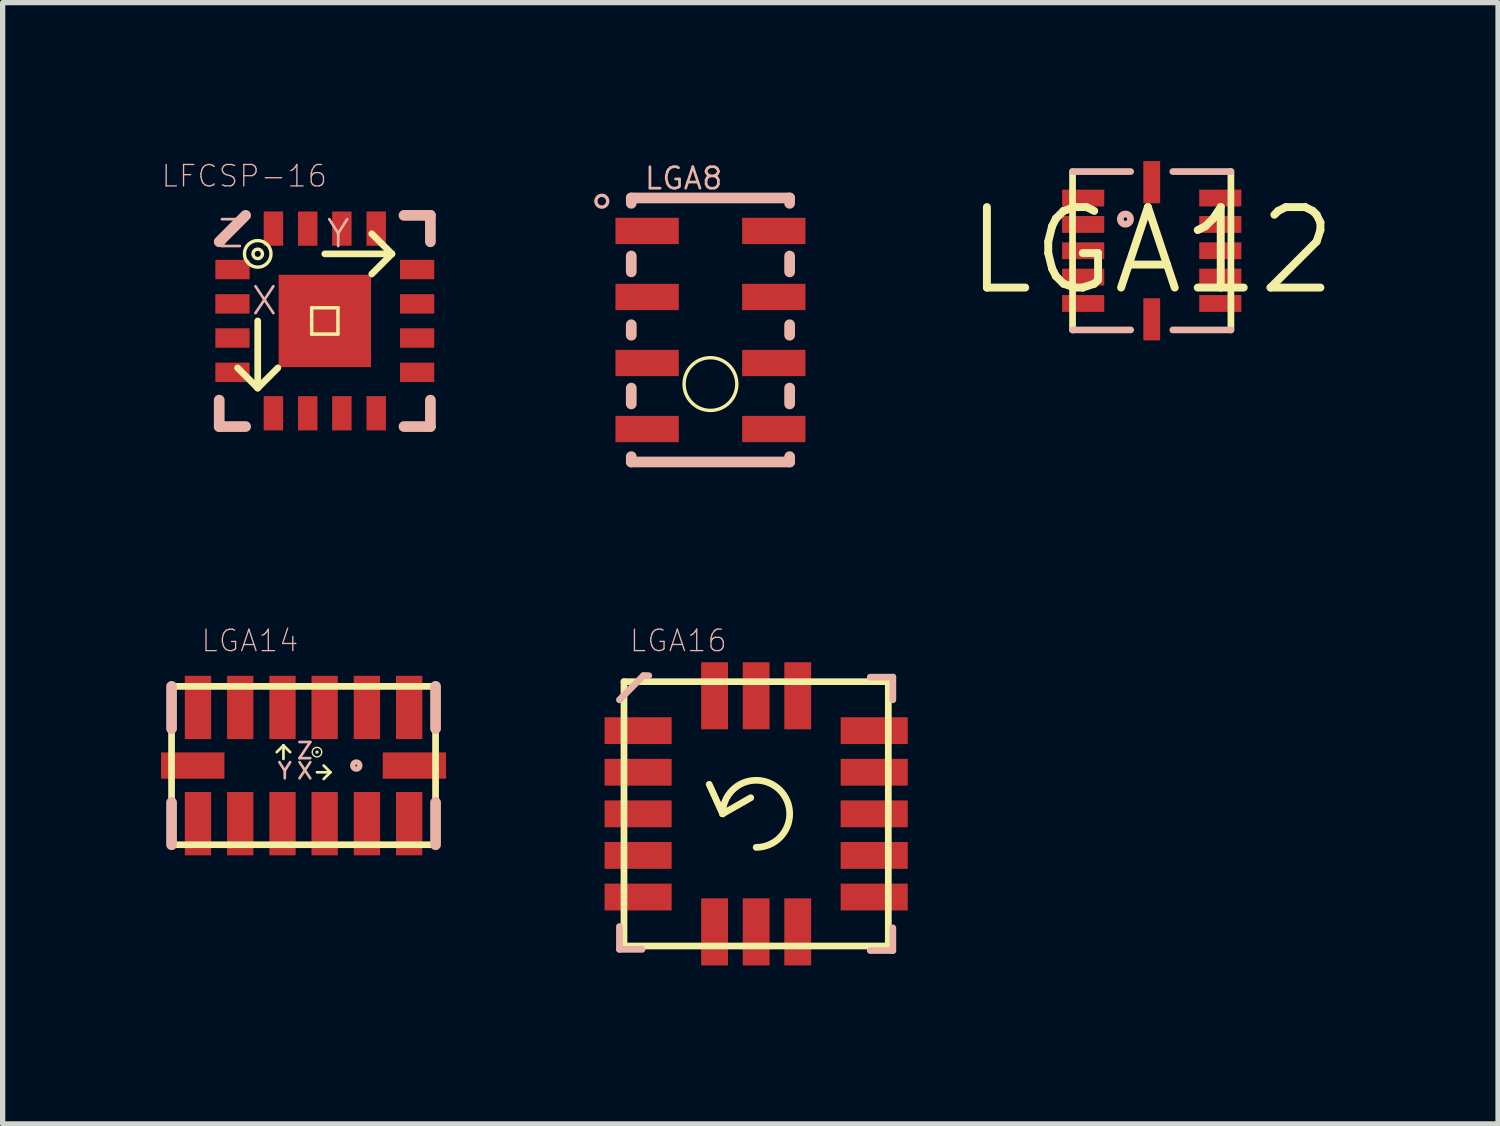
<source format=kicad_pcb>
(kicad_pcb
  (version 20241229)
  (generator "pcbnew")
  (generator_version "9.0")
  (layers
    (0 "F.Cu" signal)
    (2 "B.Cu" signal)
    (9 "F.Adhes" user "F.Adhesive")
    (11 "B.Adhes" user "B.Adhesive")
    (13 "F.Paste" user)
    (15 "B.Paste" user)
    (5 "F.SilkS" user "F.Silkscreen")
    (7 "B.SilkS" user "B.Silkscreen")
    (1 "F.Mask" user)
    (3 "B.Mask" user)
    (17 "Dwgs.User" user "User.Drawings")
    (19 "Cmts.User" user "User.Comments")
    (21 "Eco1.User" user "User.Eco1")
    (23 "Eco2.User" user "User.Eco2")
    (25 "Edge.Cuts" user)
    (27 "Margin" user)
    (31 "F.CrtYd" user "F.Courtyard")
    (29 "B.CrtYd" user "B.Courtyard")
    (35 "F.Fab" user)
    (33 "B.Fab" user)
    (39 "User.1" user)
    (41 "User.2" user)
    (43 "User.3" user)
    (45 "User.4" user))
  (footprint "LGA8"
    (layer "F.Cu")
    (at 10.4 3.197)
    (property "Reference" "LGA8" (at -0.508 -2.87 0) (layer "B.SilkS") (effects (font (size 0.406 0.406) (thickness 0.051))))
    (attr smd)
    (fp_circle (center 0 1.024) (end -0.353 1.377) (stroke (width 0.064) (type solid)) (fill no) (layer "F.SilkS"))
    (fp_line (start -1.499 -2.499) (end -1.499 -2.398) (stroke (width 0.203) (type solid)) (layer "B.SilkS"))
    (fp_line (start -1.499 -1.1) (end -1.499 -1.4) (stroke (width 0.203) (type solid)) (layer "B.SilkS"))
    (fp_line (start -1.499 0.099) (end -1.499 -0.099) (stroke (width 0.203) (type solid)) (layer "B.SilkS"))
    (fp_line (start -1.499 1.4) (end -1.499 1.1) (stroke (width 0.203) (type solid)) (layer "B.SilkS"))
    (fp_line (start -1.499 2.398) (end -1.499 2.499) (stroke (width 0.203) (type solid)) (layer "B.SilkS"))
    (fp_line (start -1.499 2.499) (end 1.499 2.499) (stroke (width 0.203) (type solid)) (layer "B.SilkS"))
    (fp_line (start 1.499 -2.499) (end -1.499 -2.499) (stroke (width 0.203) (type solid)) (layer "B.SilkS"))
    (fp_line (start 1.499 -2.499) (end 1.499 -2.398) (stroke (width 0.203) (type solid)) (layer "B.SilkS"))
    (fp_line (start 1.499 -1.1) (end 1.499 -1.4) (stroke (width 0.203) (type solid)) (layer "B.SilkS"))
    (fp_line (start 1.499 0.099) (end 1.499 -0.099) (stroke (width 0.203) (type solid)) (layer "B.SilkS"))
    (fp_line (start 1.499 1.4) (end 1.499 1.1) (stroke (width 0.203) (type solid)) (layer "B.SilkS"))
    (fp_line (start 1.499 2.398) (end 1.499 2.499) (stroke (width 0.203) (type solid)) (layer "B.SilkS"))
    (fp_circle (center -2.057 -2.438) (end -2.136 -2.517) (stroke (width 0.064) (type solid)) (fill no) (layer "B.SilkS"))
    (pad "1" smd rect (at -1.199 -1.875) (size 1.199 0.498) (layers "F.Cu" "F.Mask" "F.Paste"))
    (pad "2" smd rect (at -1.199 -0.625) (size 1.199 0.498) (layers "F.Cu" "F.Mask" "F.Paste"))
    (pad "3" smd rect (at -1.199 0.625) (size 1.199 0.498) (layers "F.Cu" "F.Mask" "F.Paste"))
    (pad "4" smd rect (at -1.199 1.875) (size 1.199 0.498) (layers "F.Cu" "F.Mask" "F.Paste"))
    (pad "5" smd rect (at 1.199 1.875) (size 1.199 0.498) (layers "F.Cu" "F.Mask" "F.Paste"))
    (pad "6" smd rect (at 1.199 0.625) (size 1.199 0.498) (layers "F.Cu" "F.Mask" "F.Paste"))
    (pad "7" smd rect (at 1.199 -0.625) (size 1.199 0.498) (layers "F.Cu" "F.Mask" "F.Paste"))
    (pad "8" smd rect (at 1.199 -1.875) (size 1.199 0.498) (layers "F.Cu" "F.Mask" "F.Paste")))
  (footprint "LFCSP-16"
    (layer "F.Cu")
    (at 3.099 3.026)
    (property "Reference" "LFCSP-16" (at -1.524 -2.743 0) (layer "B.SilkS") (effects (font (size 0.406 0.406) (thickness 0.025))))
    (attr smd)
    (fp_line (start -1.27 0) (end -1.27 1.27) (stroke (width 0.127) (type solid)) (layer "F.SilkS"))
    (fp_line (start -1.27 1.27) (end -1.651 0.889) (stroke (width 0.127) (type solid)) (layer "F.SilkS"))
    (fp_line (start -1.27 1.27) (end -0.889 0.889) (stroke (width 0.127) (type solid)) (layer "F.SilkS"))
    (fp_line (start -0.249 -0.249) (end 0.249 -0.249) (stroke (width 0.066) (type solid)) (layer "F.SilkS"))
    (fp_line (start -0.249 0.249) (end -0.249 -0.249) (stroke (width 0.066) (type solid)) (layer "F.SilkS"))
    (fp_line (start -0.249 0.249) (end 0.249 0.249) (stroke (width 0.066) (type solid)) (layer "F.SilkS"))
    (fp_line (start 0 -1.27) (end 1.27 -1.27) (stroke (width 0.127) (type solid)) (layer "F.SilkS"))
    (fp_line (start 0.249 0.249) (end 0.249 -0.249) (stroke (width 0.066) (type solid)) (layer "F.SilkS"))
    (fp_line (start 1.27 -1.27) (end 0.889 -1.651) (stroke (width 0.127) (type solid)) (layer "F.SilkS"))
    (fp_line (start 1.27 -1.27) (end 0.889 -0.889) (stroke (width 0.127) (type solid)) (layer "F.SilkS"))
    (fp_circle (center -1.27 -1.27) (end -1.448 -1.448) (stroke (width 0.064) (type solid)) (fill no) (layer "F.SilkS"))
    (fp_circle (center -1.27 -1.27) (end -1.333 -1.333) (stroke (width 0.064) (type solid)) (fill no) (layer "F.SilkS"))
    (fp_line (start -1.999 1.999) (end -1.999 1.499) (stroke (width 0.203) (type solid)) (layer "B.SilkS"))
    (fp_line (start -1.499 -1.999) (end -1.999 -1.499) (stroke (width 0.203) (type solid)) (layer "B.SilkS"))
    (fp_line (start -1.499 1.999) (end -1.999 1.999) (stroke (width 0.203) (type solid)) (layer "B.SilkS"))
    (fp_line (start 1.499 -1.999) (end 1.999 -1.999) (stroke (width 0.203) (type solid)) (layer "B.SilkS"))
    (fp_line (start 1.999 -1.999) (end 1.999 -1.499) (stroke (width 0.203) (type solid)) (layer "B.SilkS"))
    (fp_line (start 1.999 1.499) (end 1.999 1.999) (stroke (width 0.203) (type solid)) (layer "B.SilkS"))
    (fp_line (start 1.999 1.999) (end 1.499 1.999) (stroke (width 0.203) (type solid)) (layer "B.SilkS"))
    (fp_text user "X" (at -1.143 -0.381 0) (layer "B.SilkS") (effects (font (size 0.508 0.508) (thickness 0.051))))
    (fp_text user "Z" (at -1.778 -1.651 0) (layer "B.SilkS") (effects (font (size 0.508 0.508) (thickness 0.051))))
    (fp_text user "Y" (at 0.254 -1.651 0) (layer "B.SilkS") (effects (font (size 0.508 0.508) (thickness 0.051))))
    (pad "0" smd rect (at 0 0 180) (size 1.748 1.748) (layers "F.Cu" "F.Mask" "F.Paste"))
    (pad "1" smd rect (at -1.748 -0.973 270) (size 0.368 0.648) (layers "F.Cu" "F.Mask" "F.Paste"))
    (pad "2" smd rect (at -1.748 -0.323 270) (size 0.368 0.648) (layers "F.Cu" "F.Mask" "F.Paste"))
    (pad "3" smd rect (at -1.748 0.323 270) (size 0.368 0.648) (layers "F.Cu" "F.Mask" "F.Paste"))
    (pad "4" smd rect (at -1.748 0.973 270) (size 0.368 0.648) (layers "F.Cu" "F.Mask" "F.Paste"))
    (pad "5" smd rect (at -0.973 1.748 180) (size 0.368 0.648) (layers "F.Cu" "F.Mask" "F.Paste"))
    (pad "6" smd rect (at -0.323 1.748 180) (size 0.368 0.648) (layers "F.Cu" "F.Mask" "F.Paste"))
    (pad "7" smd rect (at 0.323 1.748 180) (size 0.368 0.648) (layers "F.Cu" "F.Mask" "F.Paste"))
    (pad "8" smd rect (at 0.973 1.748 180) (size 0.368 0.648) (layers "F.Cu" "F.Mask" "F.Paste"))
    (pad "9" smd rect (at 1.748 0.973 90) (size 0.368 0.648) (layers "F.Cu" "F.Mask" "F.Paste"))
    (pad "10" smd rect (at 1.748 0.323 90) (size 0.368 0.648) (layers "F.Cu" "F.Mask" "F.Paste"))
    (pad "11" smd rect (at 1.748 -0.323 90) (size 0.368 0.648) (layers "F.Cu" "F.Mask" "F.Paste"))
    (pad "12" smd rect (at 1.748 -0.973 90) (size 0.368 0.648) (layers "F.Cu" "F.Mask" "F.Paste"))
    (pad "13" smd rect (at 0.973 -1.748) (size 0.368 0.648) (layers "F.Cu" "F.Mask" "F.Paste"))
    (pad "14" smd rect (at 0.323 -1.748) (size 0.368 0.648) (layers "F.Cu" "F.Mask" "F.Paste"))
    (pad "15" smd rect (at -0.323 -1.748) (size 0.368 0.648) (layers "F.Cu" "F.Mask" "F.Paste"))
    (pad "16" smd rect (at -0.973 -1.748) (size 0.368 0.648) (layers "F.Cu" "F.Mask" "F.Paste")))
  (footprint "LGA16"
    (layer "F.Cu")
    (at 11.265 12.357)
    (property "Reference" "LGA16" (at -1.473 -3.277 0) (layer "B.SilkS") (effects (font (size 0.406 0.406) (thickness 0.025))))
    (attr smd)
    (fp_line (start -2.502 -2.502) (end -2.502 2.502) (stroke (width 0.127) (type solid)) (layer "F.SilkS"))
    (fp_line (start -2.502 2.502) (end 2.502 2.502) (stroke (width 0.127) (type solid)) (layer "F.SilkS"))
    (fp_line (start -0.635 0) (end -0.889 -0.559) (stroke (width 0.127) (type solid)) (layer "F.SilkS"))
    (fp_line (start -0.635 0) (end -0.102 -0.305) (stroke (width 0.127) (type solid)) (layer "F.SilkS"))
    (fp_line (start 2.502 -2.502) (end -2.502 -2.502) (stroke (width 0.127) (type solid)) (layer "F.SilkS"))
    (fp_line (start 2.502 2.502) (end 2.502 -2.502) (stroke (width 0.127) (type solid)) (layer "F.SilkS"))
    (fp_arc (start -0.635 0) (mid 0.449013 -0.449013) (end 0 0.635) (stroke (width 0.127) (type solid)) (layer "F.SilkS"))
    (fp_line (start -2.588 -2.159) (end -2.134 -2.616) (stroke (width 0.127) (type solid)) (layer "B.SilkS"))
    (fp_line (start -2.588 2.565) (end -2.588 2.134) (stroke (width 0.127) (type solid)) (layer "B.SilkS"))
    (fp_line (start -2.588 2.565) (end -2.159 2.565) (stroke (width 0.127) (type solid)) (layer "B.SilkS"))
    (fp_line (start -2.134 -2.616) (end -2.032 -2.616) (stroke (width 0.127) (type solid)) (layer "B.SilkS"))
    (fp_line (start 2.588 -2.588) (end 2.159 -2.588) (stroke (width 0.127) (type solid)) (layer "B.SilkS"))
    (fp_line (start 2.588 -2.588) (end 2.588 -2.159) (stroke (width 0.127) (type solid)) (layer "B.SilkS"))
    (fp_line (start 2.588 2.588) (end 2.159 2.588) (stroke (width 0.127) (type solid)) (layer "B.SilkS"))
    (fp_line (start 2.588 2.588) (end 2.588 2.159) (stroke (width 0.127) (type solid)) (layer "B.SilkS"))
    (pad "1" smd rect (at -2.235 -1.575 180) (size 1.27 0.508) (layers "F.Cu" "F.Mask" "F.Paste"))
    (pad "2" smd rect (at -2.235 -0.787 180) (size 1.27 0.508) (layers "F.Cu" "F.Mask" "F.Paste"))
    (pad "3" smd rect (at -2.235 0) (size 1.27 0.508) (layers "F.Cu" "F.Mask" "F.Paste"))
    (pad "4" smd rect (at -2.235 0.787 180) (size 1.27 0.508) (layers "F.Cu" "F.Mask" "F.Paste"))
    (pad "5" smd rect (at -2.235 1.575 180) (size 1.27 0.508) (layers "F.Cu" "F.Mask" "F.Paste"))
    (pad "6" smd rect (at -0.787 2.235 90) (size 1.27 0.508) (layers "F.Cu" "F.Mask" "F.Paste"))
    (pad "7" smd rect (at 0 2.235 90) (size 1.27 0.508) (layers "F.Cu" "F.Mask" "F.Paste"))
    (pad "8" smd rect (at 0.787 2.235 90) (size 1.27 0.508) (layers "F.Cu" "F.Mask" "F.Paste"))
    (pad "9" smd rect (at 2.235 1.575) (size 1.27 0.508) (layers "F.Cu" "F.Mask" "F.Paste"))
    (pad "10" smd rect (at 2.235 0.787) (size 1.27 0.508) (layers "F.Cu" "F.Mask" "F.Paste"))
    (pad "11" smd rect (at 2.235 0 180) (size 1.27 0.508) (layers "F.Cu" "F.Mask" "F.Paste"))
    (pad "12" smd rect (at 2.235 -0.787) (size 1.27 0.508) (layers "F.Cu" "F.Mask" "F.Paste"))
    (pad "13" smd rect (at 2.235 -1.575) (size 1.27 0.508) (layers "F.Cu" "F.Mask" "F.Paste"))
    (pad "14" smd rect (at 0.787 -2.235 90) (size 1.27 0.508) (layers "F.Cu" "F.Mask" "F.Paste"))
    (pad "15" smd rect (at 0 -2.235 90) (size 1.27 0.508) (layers "F.Cu" "F.Mask" "F.Paste"))
    (pad "16" smd rect (at -0.787 -2.235 90) (size 1.27 0.508) (layers "F.Cu" "F.Mask" "F.Paste")))
  (footprint "LGA12"
    (layer "F.Cu")
    (at 18.754 1.697)
    (property "Reference" "LGA12" (at 0 0 0) (layer "F.SilkS") (effects (font (size 1.524 1.524) (thickness 0.15))))
    (attr smd)
    (fp_line (start -1.499 1.499) (end -1.499 -1.499) (stroke (width 0.127) (type solid)) (layer "F.SilkS"))
    (fp_line (start 1.499 -1.499) (end 1.499 1.499) (stroke (width 0.127) (type solid)) (layer "F.SilkS"))
    (fp_line (start -1.499 -1.499) (end -0.399 -1.499) (stroke (width 0.127) (type solid)) (layer "B.SilkS"))
    (fp_line (start -0.399 1.499) (end -1.499 1.499) (stroke (width 0.127) (type solid)) (layer "B.SilkS"))
    (fp_line (start 1.499 -1.499) (end 0.399 -1.499) (stroke (width 0.127) (type solid)) (layer "B.SilkS"))
    (fp_line (start 1.499 1.499) (end 0.399 1.499) (stroke (width 0.127) (type solid)) (layer "B.SilkS"))
    (fp_circle (center -0.498 -0.599) (end -0.566 -0.668) (stroke (width 0.127) (type solid)) (fill no) (layer "B.SilkS"))
    (pad "1" smd rect (at -1.298 -0.998) (size 0.798 0.318) (layers "F.Cu" "F.Mask" "F.Paste"))
    (pad "2" smd rect (at -1.298 -0.498) (size 0.798 0.318) (layers "F.Cu" "F.Mask" "F.Paste"))
    (pad "3" smd rect (at -1.298 0) (size 0.798 0.318) (layers "F.Cu" "F.Mask" "F.Paste"))
    (pad "4" smd rect (at -1.298 0.498) (size 0.798 0.318) (layers "F.Cu" "F.Mask" "F.Paste"))
    (pad "5" smd rect (at -1.298 0.998) (size 0.798 0.318) (layers "F.Cu" "F.Mask" "F.Paste"))
    (pad "6" smd rect (at 0 1.298 90) (size 0.798 0.318) (layers "F.Cu" "F.Mask" "F.Paste"))
    (pad "7" smd rect (at 1.298 0.998 180) (size 0.798 0.318) (layers "F.Cu" "F.Mask" "F.Paste"))
    (pad "8" smd rect (at 1.298 0.498 180) (size 0.798 0.318) (layers "F.Cu" "F.Mask" "F.Paste"))
    (pad "9" smd rect (at 1.298 0 180) (size 0.798 0.318) (layers "F.Cu" "F.Mask" "F.Paste"))
    (pad "10" smd rect (at 1.298 -0.498 180) (size 0.798 0.318) (layers "F.Cu" "F.Mask" "F.Paste"))
    (pad "11" smd rect (at 1.298 -0.998 180) (size 0.798 0.318) (layers "F.Cu" "F.Mask" "F.Paste"))
    (pad "12" smd rect (at 0 -1.298 270) (size 0.798 0.318) (layers "F.Cu" "F.Mask" "F.Paste")))
  (footprint "LGA14"
    (layer "F.Cu")
    (at 2.697 11.443)
    (property "Reference" "LGA14" (at -1.016 -2.362 0) (layer "B.SilkS") (effects (font (size 0.406 0.406) (thickness 0.025))))
    (attr smd)
    (fp_line (start -2.499 -1.499) (end -2.499 1.499) (stroke (width 0.127) (type solid)) (layer "F.SilkS"))
    (fp_line (start -2.499 1.499) (end 2.499 1.499) (stroke (width 0.127) (type solid)) (layer "F.SilkS"))
    (fp_line (start -0.381 -0.381) (end -0.508 -0.254) (stroke (width 0.051) (type solid)) (layer "F.SilkS"))
    (fp_line (start -0.381 -0.381) (end -0.254 -0.254) (stroke (width 0.051) (type solid)) (layer "F.SilkS"))
    (fp_line (start -0.381 -0.127) (end -0.381 -0.381) (stroke (width 0.051) (type solid)) (layer "F.SilkS"))
    (fp_line (start 0.254 0.127) (end 0.508 0.127) (stroke (width 0.051) (type solid)) (layer "F.SilkS"))
    (fp_line (start 0.508 0.127) (end 0.381 0) (stroke (width 0.051) (type solid)) (layer "F.SilkS"))
    (fp_line (start 0.508 0.127) (end 0.381 0.254) (stroke (width 0.051) (type solid)) (layer "F.SilkS"))
    (fp_line (start 2.499 -1.499) (end -2.499 -1.499) (stroke (width 0.127) (type solid)) (layer "F.SilkS"))
    (fp_line (start 2.499 1.499) (end 2.499 -1.499) (stroke (width 0.127) (type solid)) (layer "F.SilkS"))
    (fp_circle (center 0.254 -0.254) (end 0.267 -0.267) (stroke (width 0.025) (type solid)) (fill no) (layer "F.SilkS"))
    (fp_circle (center 0.254 -0.254) (end 0.318 -0.318) (stroke (width 0.025) (type solid)) (fill no) (layer "F.SilkS"))
    (fp_line (start -2.499 -0.699) (end -2.499 -1.499) (stroke (width 0.203) (type solid)) (layer "B.SilkS"))
    (fp_line (start -2.499 1.499) (end -2.499 0.699) (stroke (width 0.203) (type solid)) (layer "B.SilkS"))
    (fp_line (start 2.499 -1.499) (end 2.499 -0.699) (stroke (width 0.203) (type solid)) (layer "B.SilkS"))
    (fp_line (start 2.499 0.699) (end 2.499 1.499) (stroke (width 0.203) (type solid)) (layer "B.SilkS"))
    (fp_circle (center 0.998 0) (end 1.046 0.048) (stroke (width 0.102) (type solid)) (fill no) (layer "B.SilkS"))
    (fp_text user "Y" (at -0.356 0.102 0) (layer "B.SilkS") (effects (font (size 0.305 0.305) (thickness 0.051))))
    (fp_text user "Z" (at 0.025 -0.279 0) (layer "B.SilkS") (effects (font (size 0.305 0.305) (thickness 0.051))))
    (fp_text user "X" (at 0.025 0.102 0) (layer "B.SilkS") (effects (font (size 0.305 0.305) (thickness 0.051))))
    (pad "1" smd rect (at 1.999 -1.1) (size 0.498 1.199) (layers "F.Cu" "F.Mask" "F.Paste"))
    (pad "2" smd rect (at 1.199 -1.1 180) (size 0.498 1.199) (layers "F.Cu" "F.Mask" "F.Paste"))
    (pad "3" smd rect (at 0.399 -1.1 180) (size 0.498 1.199) (layers "F.Cu" "F.Mask" "F.Paste"))
    (pad "4" smd rect (at -0.399 -1.1 180) (size 0.498 1.199) (layers "F.Cu" "F.Mask" "F.Paste"))
    (pad "5" smd rect (at -1.199 -1.1 180) (size 0.498 1.199) (layers "F.Cu" "F.Mask" "F.Paste"))
    (pad "6" smd rect (at -1.999 -1.1 180) (size 0.498 1.199) (layers "F.Cu" "F.Mask" "F.Paste"))
    (pad "7" smd rect (at -2.098 0 270) (size 0.498 1.199) (layers "F.Cu" "F.Mask" "F.Paste"))
    (pad "8" smd rect (at -1.999 1.1 180) (size 0.498 1.199) (layers "F.Cu" "F.Mask" "F.Paste"))
    (pad "9" smd rect (at -1.199 1.1 180) (size 0.498 1.199) (layers "F.Cu" "F.Mask" "F.Paste"))
    (pad "10" smd rect (at -0.399 1.1) (size 0.498 1.199) (layers "F.Cu" "F.Mask" "F.Paste"))
    (pad "11" smd rect (at 0.399 1.1) (size 0.498 1.199) (layers "F.Cu" "F.Mask" "F.Paste"))
    (pad "12" smd rect (at 1.199 1.1) (size 0.498 1.199) (layers "F.Cu" "F.Mask" "F.Paste"))
    (pad "13" smd rect (at 1.999 1.1) (size 0.498 1.199) (layers "F.Cu" "F.Mask" "F.Paste"))
    (pad "14" smd rect (at 2.098 0 90) (size 0.498 1.199) (layers "F.Cu" "F.Mask" "F.Paste")))
  (gr_rect
    (start -3 -3)
    (end 25.31 18.227)
    (stroke (width 0.1) (type default))
    (fill no)
    (layer "Edge.Cuts")))
</source>
